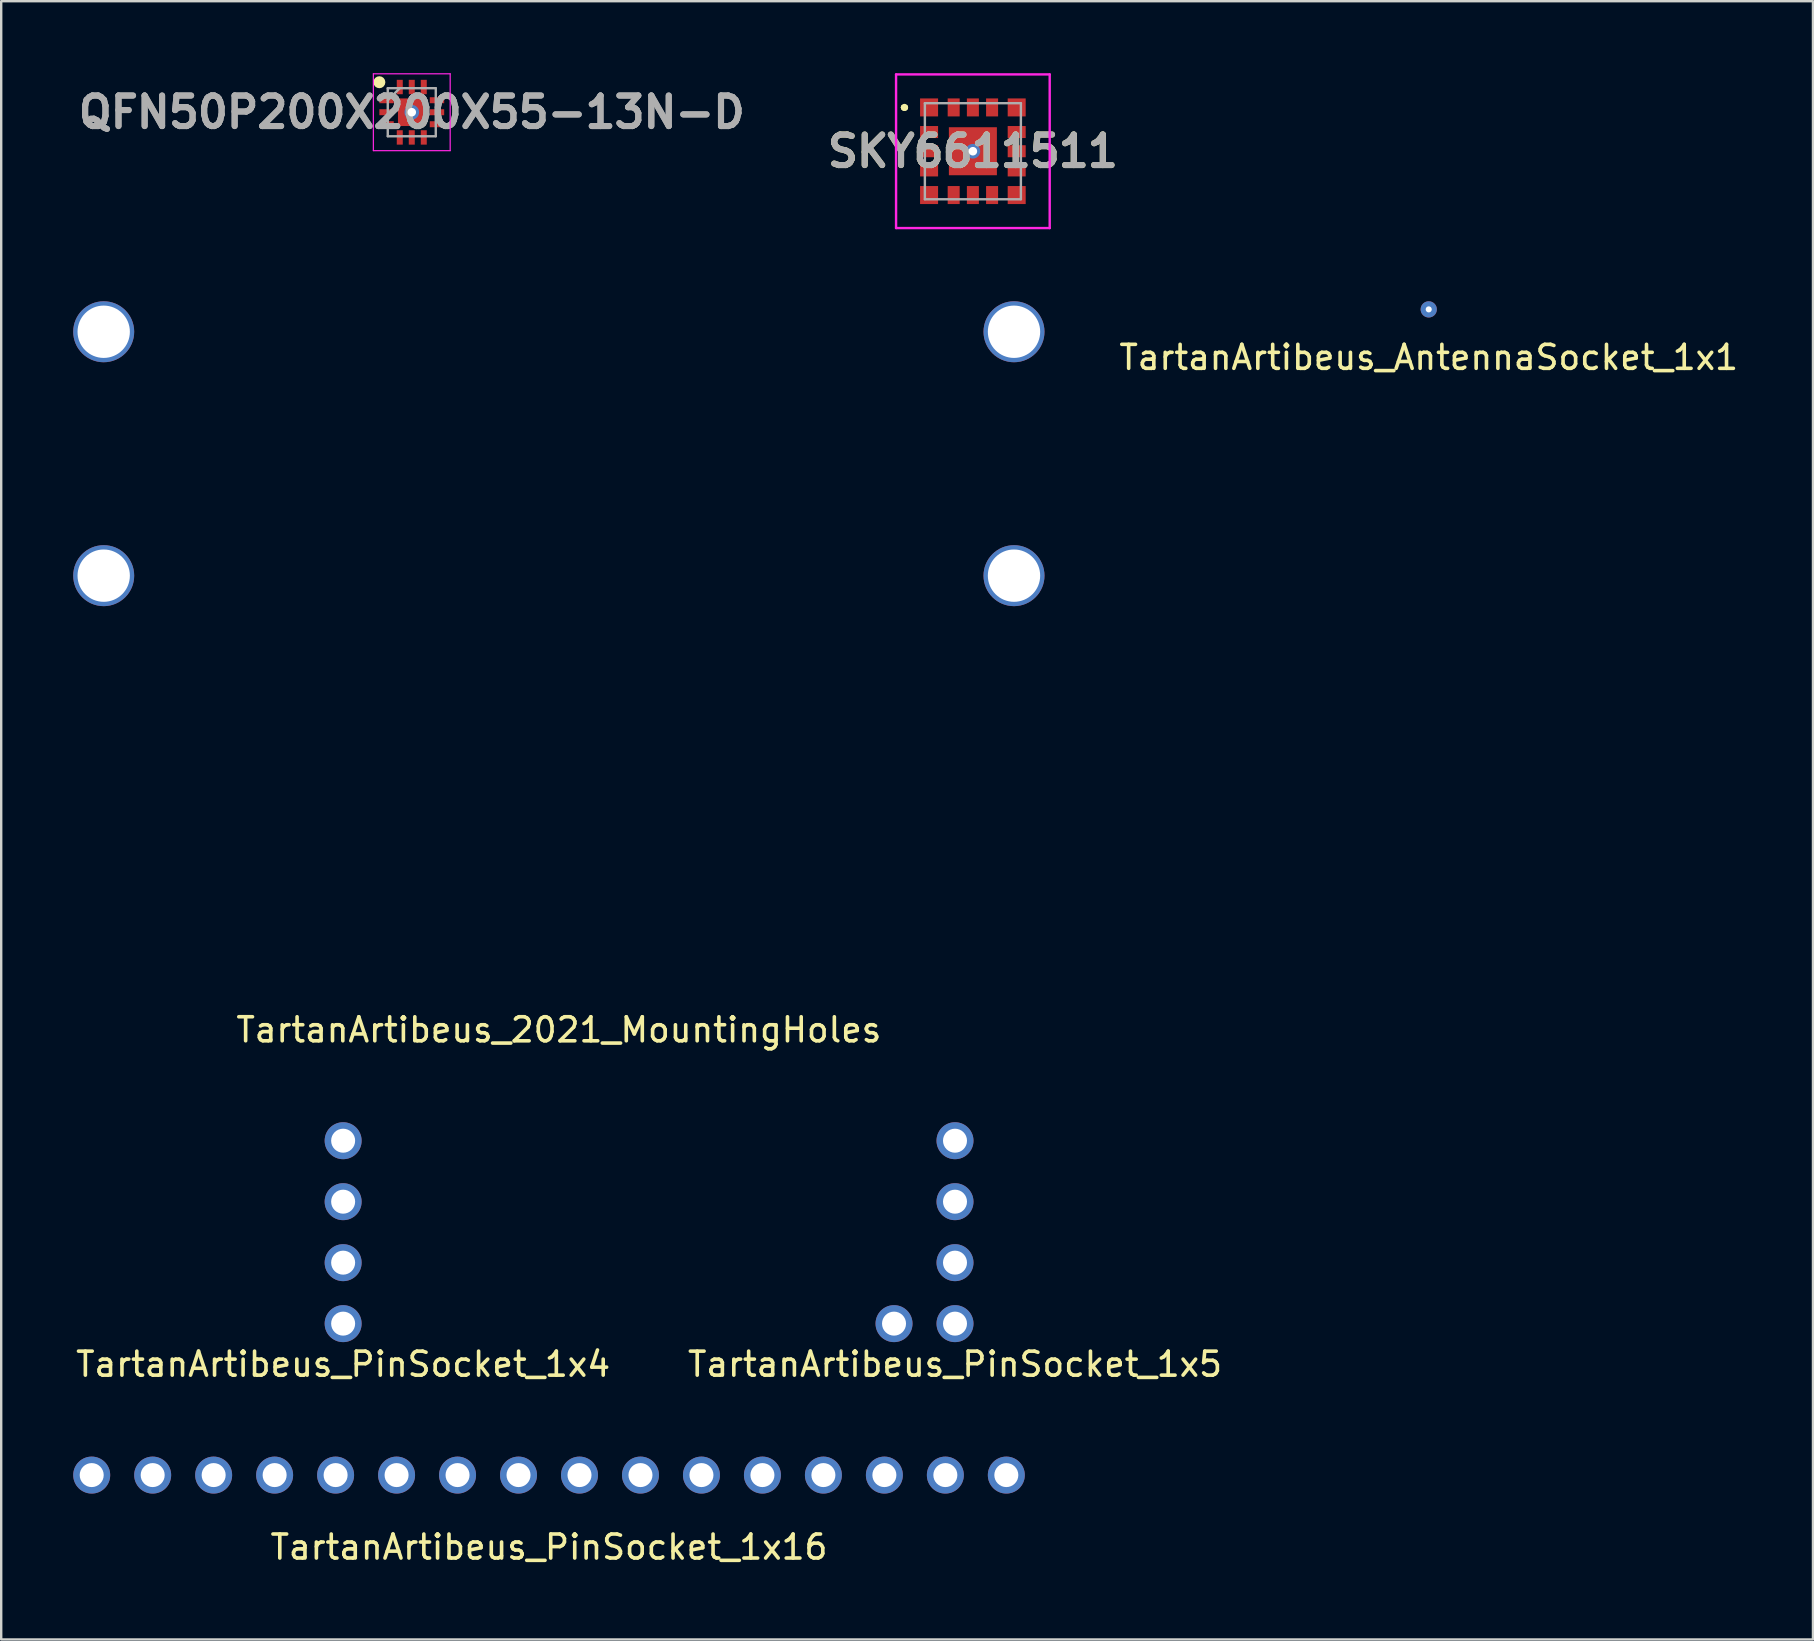
<source format=kicad_pcb>
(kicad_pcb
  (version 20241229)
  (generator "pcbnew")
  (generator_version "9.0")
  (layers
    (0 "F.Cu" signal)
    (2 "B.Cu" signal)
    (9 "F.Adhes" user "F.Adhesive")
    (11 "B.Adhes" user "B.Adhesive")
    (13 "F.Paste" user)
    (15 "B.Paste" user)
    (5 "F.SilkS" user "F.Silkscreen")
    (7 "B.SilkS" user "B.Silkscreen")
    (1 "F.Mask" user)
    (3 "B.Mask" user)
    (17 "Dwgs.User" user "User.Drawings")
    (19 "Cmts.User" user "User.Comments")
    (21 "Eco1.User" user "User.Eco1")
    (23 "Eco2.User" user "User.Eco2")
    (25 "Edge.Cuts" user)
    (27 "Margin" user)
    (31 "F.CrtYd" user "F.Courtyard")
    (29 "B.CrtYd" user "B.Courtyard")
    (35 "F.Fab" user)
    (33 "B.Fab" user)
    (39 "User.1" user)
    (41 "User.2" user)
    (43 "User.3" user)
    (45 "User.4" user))
  (footprint "TartanArtibeus_PinSocket_1x5"
    (layer "F.Cu")
    (at 36.732 48.278)
    (property "Reference" "TartanArtibeus_PinSocket_1x5" (at 0 5.5 0) (layer "F.SilkS") (effects (font (size 1 1) (thickness 0.15))))
    (attr through_hole)
    (pad "1" thru_hole circle (at -2.54 3.81) (size 1.54 1.54) (drill 1) (layers "*.Cu" "*.Mask"))
    (pad "2" thru_hole circle (at 0 3.81) (size 1.54 1.54) (drill 1) (layers "*.Cu" "*.Mask"))
    (pad "3" thru_hole circle (at 0 1.27) (size 1.54 1.54) (drill 1) (layers "*.Cu" "*.Mask"))
    (pad "4" thru_hole circle (at 0 -1.27) (size 1.54 1.54) (drill 1) (layers "*.Cu" "*.Mask"))
    (pad "5" thru_hole circle (at 0 -3.81) (size 1.54 1.54) (drill 1) (layers "*.Cu" "*.Mask")))
  (footprint "TartanArtibeus_AntennaSocket_1x1"
    (layer "F.Cu")
    (at 56.466 9.838)
    (property "Reference" "TartanArtibeus_AntennaSocket_1x1" (at 0 2 0) (layer "F.SilkS") (effects (font (size 1 1) (thickness 0.15))))
    (attr through_hole)
    (pad "1" thru_hole circle (at 0 0) (size 0.676 0.676) (drill 0.254) (layers "*.Cu" "*.Mask")))
  (footprint "TartanArtibeus_PinSocket_1x16"
    (layer "F.Cu")
    (at 19.82 58.397)
    (property "Reference" "TartanArtibeus_PinSocket_1x16" (at 0 3 0) (layer "F.SilkS") (effects (font (size 1 1) (thickness 0.15))))
    (attr through_hole)
    (pad "1" thru_hole circle (at -19.05 0) (size 1.54 1.54) (drill 1) (layers "*.Cu" "*.Mask"))
    (pad "2" thru_hole circle (at -16.51 0) (size 1.54 1.54) (drill 1) (layers "*.Cu" "*.Mask"))
    (pad "3" thru_hole circle (at -13.97 0) (size 1.54 1.54) (drill 1) (layers "*.Cu" "*.Mask"))
    (pad "4" thru_hole circle (at -11.43 0) (size 1.54 1.54) (drill 1) (layers "*.Cu" "*.Mask"))
    (pad "5" thru_hole circle (at -8.89 0) (size 1.54 1.54) (drill 1) (layers "*.Cu" "*.Mask"))
    (pad "6" thru_hole circle (at -6.35 0) (size 1.54 1.54) (drill 1) (layers "*.Cu" "*.Mask"))
    (pad "7" thru_hole circle (at -3.81 0) (size 1.54 1.54) (drill 1) (layers "*.Cu" "*.Mask"))
    (pad "8" thru_hole circle (at -1.27 0) (size 1.54 1.54) (drill 1) (layers "*.Cu" "*.Mask"))
    (pad "9" thru_hole circle (at 1.27 0) (size 1.54 1.54) (drill 1) (layers "*.Cu" "*.Mask"))
    (pad "10" thru_hole circle (at 3.81 0) (size 1.54 1.54) (drill 1) (layers "*.Cu" "*.Mask"))
    (pad "11" thru_hole circle (at 6.35 0) (size 1.54 1.54) (drill 1) (layers "*.Cu" "*.Mask"))
    (pad "12" thru_hole circle (at 8.89 0) (size 1.54 1.54) (drill 1) (layers "*.Cu" "*.Mask"))
    (pad "13" thru_hole circle (at 11.43 0) (size 1.54 1.54) (drill 1) (layers "*.Cu" "*.Mask"))
    (pad "14" thru_hole circle (at 13.97 0) (size 1.54 1.54) (drill 1) (layers "*.Cu" "*.Mask"))
    (pad "15" thru_hole circle (at 16.51 0) (size 1.54 1.54) (drill 1) (layers "*.Cu" "*.Mask"))
    (pad "16" thru_hole circle (at 19.05 0) (size 1.54 1.54) (drill 1) (layers "*.Cu" "*.Mask")))
  (footprint "QFN50P200X200X55-13N-D"
    (layer "F.Cu")
    (at 14.103 1.625)
    (property "Reference" "QFN50P200X200X55-13N-D" (at 0 0 0) (layer "F.Fab") (effects (font (size 1.27 1.27) (thickness 0.254))))
    (attr smd)
    (fp_poly (pts (xy -0.025 0.575) (xy -0.575 0.575) (xy -0.575 0.025)) (stroke (width 0.025) (type solid)) (fill yes) (layer "F.Mask"))
    (fp_poly (pts (xy 0.025 -0.575) (xy 0.575 -0.575) (xy 0.575 -0.025)) (stroke (width 0.025) (type solid)) (fill yes) (layer "F.Mask"))
    (fp_poly (pts (xy 0.575 0.025) (xy 0.575 0.575) (xy 0.025 0.575)) (stroke (width 0.025) (type solid)) (fill yes) (layer "F.Mask"))
    (fp_poly (pts (xy -0.77 -0.125) (xy -1.35 -0.125) (xy -1.35 0.125) (xy -0.77 0.125)) (stroke (width 0.025) (type solid)) (fill yes) (layer "F.Mask"))
    (fp_poly (pts (xy -0.767 -0.375) (xy -1.35 -0.375) (xy -1.35 -0.625) (xy -0.917 -0.625)) (stroke (width 0.025) (type solid)) (fill yes) (layer "F.Mask"))
    (fp_poly (pts (xy -0.767 0.375) (xy -1.35 0.375) (xy -1.35 0.625) (xy -0.917 0.625)) (stroke (width 0.025) (type solid)) (fill yes) (layer "F.Mask"))
    (fp_poly (pts (xy -0.375 -0.767) (xy -0.375 -1.35) (xy -0.625 -1.35) (xy -0.625 -0.917)) (stroke (width 0.025) (type solid)) (fill yes) (layer "F.Mask"))
    (fp_poly (pts (xy -0.375 0.775) (xy -0.375 1.358) (xy -0.625 1.358) (xy -0.625 0.925)) (stroke (width 0.025) (type solid)) (fill yes) (layer "F.Mask"))
    (fp_poly (pts (xy 0.125 -0.77) (xy 0.125 -1.35) (xy -0.125 -1.35) (xy -0.125 -0.77)) (stroke (width 0.025) (type solid)) (fill yes) (layer "F.Mask"))
    (fp_poly (pts (xy 0.125 1.355) (xy 0.125 0.775) (xy -0.125 0.775) (xy -0.125 1.355)) (stroke (width 0.025) (type solid)) (fill yes) (layer "F.Mask"))
    (fp_poly (pts (xy 0.375 -0.767) (xy 0.375 -1.35) (xy 0.625 -1.35) (xy 0.625 -0.917)) (stroke (width 0.025) (type solid)) (fill yes) (layer "F.Mask"))
    (fp_poly (pts (xy 0.375 0.775) (xy 0.375 1.358) (xy 0.625 1.358) (xy 0.625 0.925)) (stroke (width 0.025) (type solid)) (fill yes) (layer "F.Mask"))
    (fp_poly (pts (xy 0.767 -0.375) (xy 1.35 -0.375) (xy 1.35 -0.625) (xy 0.917 -0.625)) (stroke (width 0.025) (type solid)) (fill yes) (layer "F.Mask"))
    (fp_poly (pts (xy 0.767 0.375) (xy 1.35 0.375) (xy 1.35 0.625) (xy 0.917 0.625)) (stroke (width 0.025) (type solid)) (fill yes) (layer "F.Mask"))
    (fp_poly (pts (xy 1.35 -0.125) (xy 0.77 -0.125) (xy 0.77 0.125) (xy 1.35 0.125)) (stroke (width 0.025) (type solid)) (fill yes) (layer "F.Mask"))
    (fp_circle (center -1.35 -1.25) (end -1.35 -1.125) (stroke (width 0.25) (type solid)) (fill no) (layer "F.SilkS"))
    (fp_poly (pts (xy -0.025 0.575) (xy -0.575 0.575) (xy -0.575 0.025)) (stroke (width 0.025) (type solid)) (fill yes) (layer "F.Paste"))
    (fp_poly (pts (xy 0.025 -0.575) (xy 0.575 -0.575) (xy 0.575 -0.025)) (stroke (width 0.025) (type solid)) (fill yes) (layer "F.Paste"))
    (fp_poly (pts (xy 0.575 0.025) (xy 0.575 0.575) (xy 0.025 0.575)) (stroke (width 0.025) (type solid)) (fill yes) (layer "F.Paste"))
    (fp_poly (pts (xy -0.77 -0.125) (xy -1.35 -0.125) (xy -1.35 0.125) (xy -0.77 0.125)) (stroke (width 0.025) (type solid)) (fill yes) (layer "F.Paste"))
    (fp_poly (pts (xy -0.767 -0.375) (xy -1.35 -0.375) (xy -1.35 -0.625) (xy -0.917 -0.625)) (stroke (width 0.025) (type solid)) (fill yes) (layer "F.Paste"))
    (fp_poly (pts (xy -0.767 0.375) (xy -1.35 0.375) (xy -1.35 0.625) (xy -0.917 0.625)) (stroke (width 0.025) (type solid)) (fill yes) (layer "F.Paste"))
    (fp_poly (pts (xy -0.375 -0.767) (xy -0.375 -1.35) (xy -0.625 -1.35) (xy -0.625 -0.917)) (stroke (width 0.025) (type solid)) (fill yes) (layer "F.Paste"))
    (fp_poly (pts (xy -0.375 0.775) (xy -0.375 1.358) (xy -0.625 1.358) (xy -0.625 0.925)) (stroke (width 0.025) (type solid)) (fill yes) (layer "F.Paste"))
    (fp_poly (pts (xy 0.125 -0.77) (xy 0.125 -1.35) (xy -0.125 -1.35) (xy -0.125 -0.77)) (stroke (width 0.025) (type solid)) (fill yes) (layer "F.Paste"))
    (fp_poly (pts (xy 0.125 1.355) (xy 0.125 0.775) (xy -0.125 0.775) (xy -0.125 1.355)) (stroke (width 0.025) (type solid)) (fill yes) (layer "F.Paste"))
    (fp_poly (pts (xy 0.375 -0.767) (xy 0.375 -1.35) (xy 0.625 -1.35) (xy 0.625 -0.917)) (stroke (width 0.025) (type solid)) (fill yes) (layer "F.Paste"))
    (fp_poly (pts (xy 0.375 0.775) (xy 0.375 1.358) (xy 0.625 1.358) (xy 0.625 0.925)) (stroke (width 0.025) (type solid)) (fill yes) (layer "F.Paste"))
    (fp_poly (pts (xy 0.767 -0.375) (xy 1.35 -0.375) (xy 1.35 -0.625) (xy 0.917 -0.625)) (stroke (width 0.025) (type solid)) (fill yes) (layer "F.Paste"))
    (fp_poly (pts (xy 0.767 0.375) (xy 1.35 0.375) (xy 1.35 0.625) (xy 0.917 0.625)) (stroke (width 0.025) (type solid)) (fill yes) (layer "F.Paste"))
    (fp_poly (pts (xy 1.35 -0.125) (xy 0.77 -0.125) (xy 0.77 0.125) (xy 1.35 0.125)) (stroke (width 0.025) (type solid)) (fill yes) (layer "F.Paste"))
    (fp_line (start -1.6 -1.6) (end 1.6 -1.6) (stroke (width 0.05) (type solid)) (layer "F.CrtYd"))
    (fp_line (start -1.6 1.6) (end -1.6 -1.6) (stroke (width 0.05) (type solid)) (layer "F.CrtYd"))
    (fp_line (start 1.6 -1.6) (end 1.6 1.6) (stroke (width 0.05) (type solid)) (layer "F.CrtYd"))
    (fp_line (start 1.6 1.6) (end -1.6 1.6) (stroke (width 0.05) (type solid)) (layer "F.CrtYd"))
    (fp_line (start -1 -1) (end 1 -1) (stroke (width 0.1) (type solid)) (layer "F.Fab"))
    (fp_line (start -1 -0.5) (end -0.5 -1) (stroke (width 0.1) (type solid)) (layer "F.Fab"))
    (fp_line (start -1 1) (end -1 -1) (stroke (width 0.1) (type solid)) (layer "F.Fab"))
    (fp_line (start 1 -1) (end 1 1) (stroke (width 0.1) (type solid)) (layer "F.Fab"))
    (fp_line (start 1 1) (end -1 1) (stroke (width 0.1) (type solid)) (layer "F.Fab"))
    (fp_text user "${REFERENCE}" (at 0 0 0) (layer "F.Fab") (effects (font (size 1.27 1.27) (thickness 0.254))))
    (pad "1" smd rect (at -1.05 -0.5 90) (size 0.25 0.6) (layers "F.Cu"))
    (pad "2" smd rect (at -1.05 0 90) (size 0.25 0.6) (layers "F.Cu"))
    (pad "3" smd rect (at -1.05 0.5 90) (size 0.25 0.6) (layers "F.Cu"))
    (pad "4" smd rect (at -0.5 1.05) (size 0.25 0.6) (layers "F.Cu"))
    (pad "5" smd rect (at 0 1.05) (size 0.25 0.6) (layers "F.Cu"))
    (pad "6" smd rect (at 0.5 1.05) (size 0.25 0.6) (layers "F.Cu"))
    (pad "7" smd rect (at 1.05 0.5 90) (size 0.25 0.6) (layers "F.Cu"))
    (pad "8" smd rect (at 1.05 0 90) (size 0.25 0.6) (layers "F.Cu"))
    (pad "9" smd rect (at 1.05 -0.5 90) (size 0.25 0.6) (layers "F.Cu"))
    (pad "10" smd rect (at 0.5 -1.05) (size 0.25 0.6) (layers "F.Cu"))
    (pad "11" smd rect (at 0 -1.05) (size 0.25 0.6) (layers "F.Cu"))
    (pad "12" smd rect (at -0.5 -1.05) (size 0.25 0.6) (layers "F.Cu"))
    (pad "13" thru_hole circle (at 0 0) (size 0.61 0.61) (drill 0.356) (layers "*.Cu" "B.Mask"))
    (pad "13" smd rect (at 0 0) (size 1.15 1.15) (layers "F.Cu")))
  (footprint "TartanArtibeus_PinSocket_1x4"
    (layer "F.Cu")
    (at 11.244 48.278)
    (property "Reference" "TartanArtibeus_PinSocket_1x4" (at 0 5.5 0) (layer "F.SilkS") (effects (font (size 1 1) (thickness 0.15))))
    (attr through_hole)
    (pad "1" thru_hole circle (at 0 3.81) (size 1.54 1.54) (drill 1) (layers "*.Cu" "*.Mask"))
    (pad "2" thru_hole circle (at 0 1.27) (size 1.54 1.54) (drill 1) (layers "*.Cu" "*.Mask"))
    (pad "3" thru_hole circle (at 0 -1.27) (size 1.54 1.54) (drill 1) (layers "*.Cu" "*.Mask"))
    (pad "4" thru_hole circle (at 0 -3.81) (size 1.54 1.54) (drill 1) (layers "*.Cu" "*.Mask")))
  (footprint "SKY6611511"
    (layer "F.Cu")
    (at 37.477 3.25)
    (property "Reference" "SKY6611511" (at 0 0 0) (layer "F.SilkS") (effects (font (size 1.27 1.27) (thickness 0.254))))
    (attr smd)
    (fp_poly (pts (xy -0.457 -1.003) (xy 1.003 -1.003) (xy 1.003 0.394)) (stroke (width 0.025) (type solid)) (fill yes) (layer "F.Mask"))
    (fp_poly (pts (xy 0.457 1.003) (xy -1.003 1.003) (xy -1.003 -0.394)) (stroke (width 0.025) (type solid)) (fill yes) (layer "F.Mask"))
    (fp_poly (pts (xy 1.003 -0.457) (xy 1.003 1.003) (xy -0.394 1.003)) (stroke (width 0.025) (type solid)) (fill yes) (layer "F.Mask"))
    (fp_line (start -2.9 -1.825) (end -2.9 -1.825) (stroke (width 0.2) (type solid)) (layer "F.SilkS"))
    (fp_line (start -2.9 -1.825) (end -2.9 -1.825) (stroke (width 0.2) (type solid)) (layer "F.SilkS"))
    (fp_line (start -2.8 -1.825) (end -2.8 -1.825) (stroke (width 0.2) (type solid)) (layer "F.SilkS"))
    (fp_arc (start -2.9 -1.825) (mid -2.85 -1.875) (end -2.8 -1.825) (stroke (width 0.2) (type solid)) (layer "F.SilkS"))
    (fp_arc (start -2.8 -1.825) (mid -2.85 -1.775) (end -2.9 -1.825) (stroke (width 0.2) (type solid)) (layer "F.SilkS"))
    (fp_arc (start -2.8 -1.825) (mid -2.85 -1.775) (end -2.9 -1.825) (stroke (width 0.2) (type solid)) (layer "F.SilkS"))
    (fp_line (start -0.801 0) (end -0.799 0) (stroke (width 0.2) (type solid)) (layer "F.Paste"))
    (fp_line (start -0.801 0.4) (end -0.799 0.4) (stroke (width 0.2) (type solid)) (layer "F.Paste"))
    (fp_line (start -0.801 0.8) (end -0.799 0.8) (stroke (width 0.2) (type solid)) (layer "F.Paste"))
    (fp_line (start -0.401 0.4) (end -0.399 0.4) (stroke (width 0.2) (type solid)) (layer "F.Paste"))
    (fp_line (start -0.401 0.8) (end -0.399 0.8) (stroke (width 0.2) (type solid)) (layer "F.Paste"))
    (fp_line (start -0.001 -0.8) (end 0.001 -0.8) (stroke (width 0.2) (type solid)) (layer "F.Paste"))
    (fp_line (start -0.001 0.8) (end 0.001 0.8) (stroke (width 0.2) (type solid)) (layer "F.Paste"))
    (fp_line (start 0.399 -0.8) (end 0.401 -0.8) (stroke (width 0.2) (type solid)) (layer "F.Paste"))
    (fp_line (start 0.399 -0.4) (end 0.401 -0.4) (stroke (width 0.2) (type solid)) (layer "F.Paste"))
    (fp_line (start 0.399 0.4) (end 0.401 0.4) (stroke (width 0.2) (type solid)) (layer "F.Paste"))
    (fp_line (start 0.399 0.8) (end 0.401 0.8) (stroke (width 0.2) (type solid)) (layer "F.Paste"))
    (fp_line (start 0.799 -0.8) (end 0.801 -0.8) (stroke (width 0.2) (type solid)) (layer "F.Paste"))
    (fp_line (start 0.799 -0.4) (end 0.801 -0.4) (stroke (width 0.2) (type solid)) (layer "F.Paste"))
    (fp_line (start 0.799 0) (end 0.801 0) (stroke (width 0.2) (type solid)) (layer "F.Paste"))
    (fp_line (start 0.799 0.4) (end 0.801 0.4) (stroke (width 0.2) (type solid)) (layer "F.Paste"))
    (fp_line (start 0.799 0.8) (end 0.801 0.8) (stroke (width 0.2) (type solid)) (layer "F.Paste"))
    (fp_line (start -3.2 -3.2) (end 3.2 -3.2) (stroke (width 0.1) (type solid)) (layer "F.CrtYd"))
    (fp_line (start -3.2 3.2) (end -3.2 -3.2) (stroke (width 0.1) (type solid)) (layer "F.CrtYd"))
    (fp_line (start 3.2 -3.2) (end 3.2 3.2) (stroke (width 0.1) (type solid)) (layer "F.CrtYd"))
    (fp_line (start 3.2 3.2) (end -3.2 3.2) (stroke (width 0.1) (type solid)) (layer "F.CrtYd"))
    (fp_line (start -2 -2) (end -2 2) (stroke (width 0.1) (type solid)) (layer "F.Fab"))
    (fp_line (start -2 2) (end 2 2) (stroke (width 0.1) (type solid)) (layer "F.Fab"))
    (fp_line (start 2 -2) (end -2 -2) (stroke (width 0.1) (type solid)) (layer "F.Fab"))
    (fp_line (start 2 2) (end 2 -2) (stroke (width 0.1) (type solid)) (layer "F.Fab"))
    (fp_text user "${REFERENCE}" (at 0 0 0) (layer "F.Fab") (effects (font (size 1.27 1.27) (thickness 0.254))))
    (pad "1" smd rect (at -1.825 -1.825 90) (size 0.75 0.75) (layers "F.Cu" "F.Mask" "F.Paste"))
    (pad "2" smd rect (at -1.825 -0.8 90) (size 0.5 0.75) (layers "F.Cu" "F.Mask" "F.Paste"))
    (pad "3" smd rect (at -1.825 0 90) (size 0.5 0.75) (layers "F.Cu" "F.Mask" "F.Paste"))
    (pad "4" smd rect (at -1.825 0.8 90) (size 0.5 0.75) (layers "F.Cu" "F.Mask" "F.Paste"))
    (pad "5" smd rect (at -1.825 1.825 90) (size 0.75 0.75) (layers "F.Cu" "F.Mask" "F.Paste"))
    (pad "6" smd rect (at -0.8 1.825) (size 0.5 0.75) (layers "F.Cu" "F.Mask" "F.Paste"))
    (pad "7" smd rect (at 0 1.825) (size 0.5 0.75) (layers "F.Cu" "F.Mask" "F.Paste"))
    (pad "8" smd rect (at 0.8 1.825) (size 0.5 0.75) (layers "F.Cu" "F.Mask" "F.Paste"))
    (pad "9" smd rect (at 1.825 1.825 90) (size 0.75 0.75) (layers "F.Cu" "F.Mask" "F.Paste"))
    (pad "10" smd rect (at 1.825 0.8 90) (size 0.5 0.75) (layers "F.Cu" "F.Mask" "F.Paste"))
    (pad "11" smd rect (at 1.825 0 90) (size 0.5 0.75) (layers "F.Cu" "F.Mask" "F.Paste"))
    (pad "12" smd rect (at 1.825 -0.8 90) (size 0.5 0.75) (layers "F.Cu" "F.Mask" "F.Paste"))
    (pad "13" smd rect (at 1.825 -1.825 90) (size 0.75 0.75) (layers "F.Cu" "F.Mask" "F.Paste"))
    (pad "14" smd rect (at 0.8 -1.825) (size 0.5 0.75) (layers "F.Cu" "F.Mask" "F.Paste"))
    (pad "15" smd rect (at 0 -1.825) (size 0.5 0.75) (layers "F.Cu" "F.Mask" "F.Paste"))
    (pad "16" smd rect (at -0.8 -1.825) (size 0.5 0.75) (layers "F.Cu" "F.Mask" "F.Paste"))
    (pad "17" thru_hole circle (at 0 0) (size 0.61 0.61) (drill 0.356) (layers "*.Cu" "B.Mask"))
    (pad "17" smd rect (at 0 0 90) (size 2 2) (layers "F.Cu")))
  (footprint "TartanArtibeus_2021_MountingHoles"
    (layer "F.Cu")
    (at 20.23 15.85)
    (property "Reference" "TartanArtibeus_2021_MountingHoles" (at 0 24 0) (layer "F.SilkS") (effects (font (size 1 1) (thickness 0.15))))
    (attr through_hole)
    (pad "1" thru_hole circle (at -18.96 -5.08) (size 2.54 2.54) (drill 2.18) (layers "*.Cu" "*.Mask"))
    (pad "2" thru_hole circle (at 18.96 -5.08) (size 2.54 2.54) (drill 2.18) (layers "*.Cu" "*.Mask"))
    (pad "3" thru_hole circle (at -18.96 5.08) (size 2.54 2.54) (drill 2.18) (layers "*.Cu" "*.Mask"))
    (pad "4" thru_hole circle (at 18.96 5.08) (size 2.54 2.54) (drill 2.18) (layers "*.Cu" "*.Mask")))
  (gr_rect
    (start -3 -3)
    (end 72.472 65.245)
    (stroke (width 0.1) (type default))
    (fill no)
    (layer "Edge.Cuts")))
</source>
